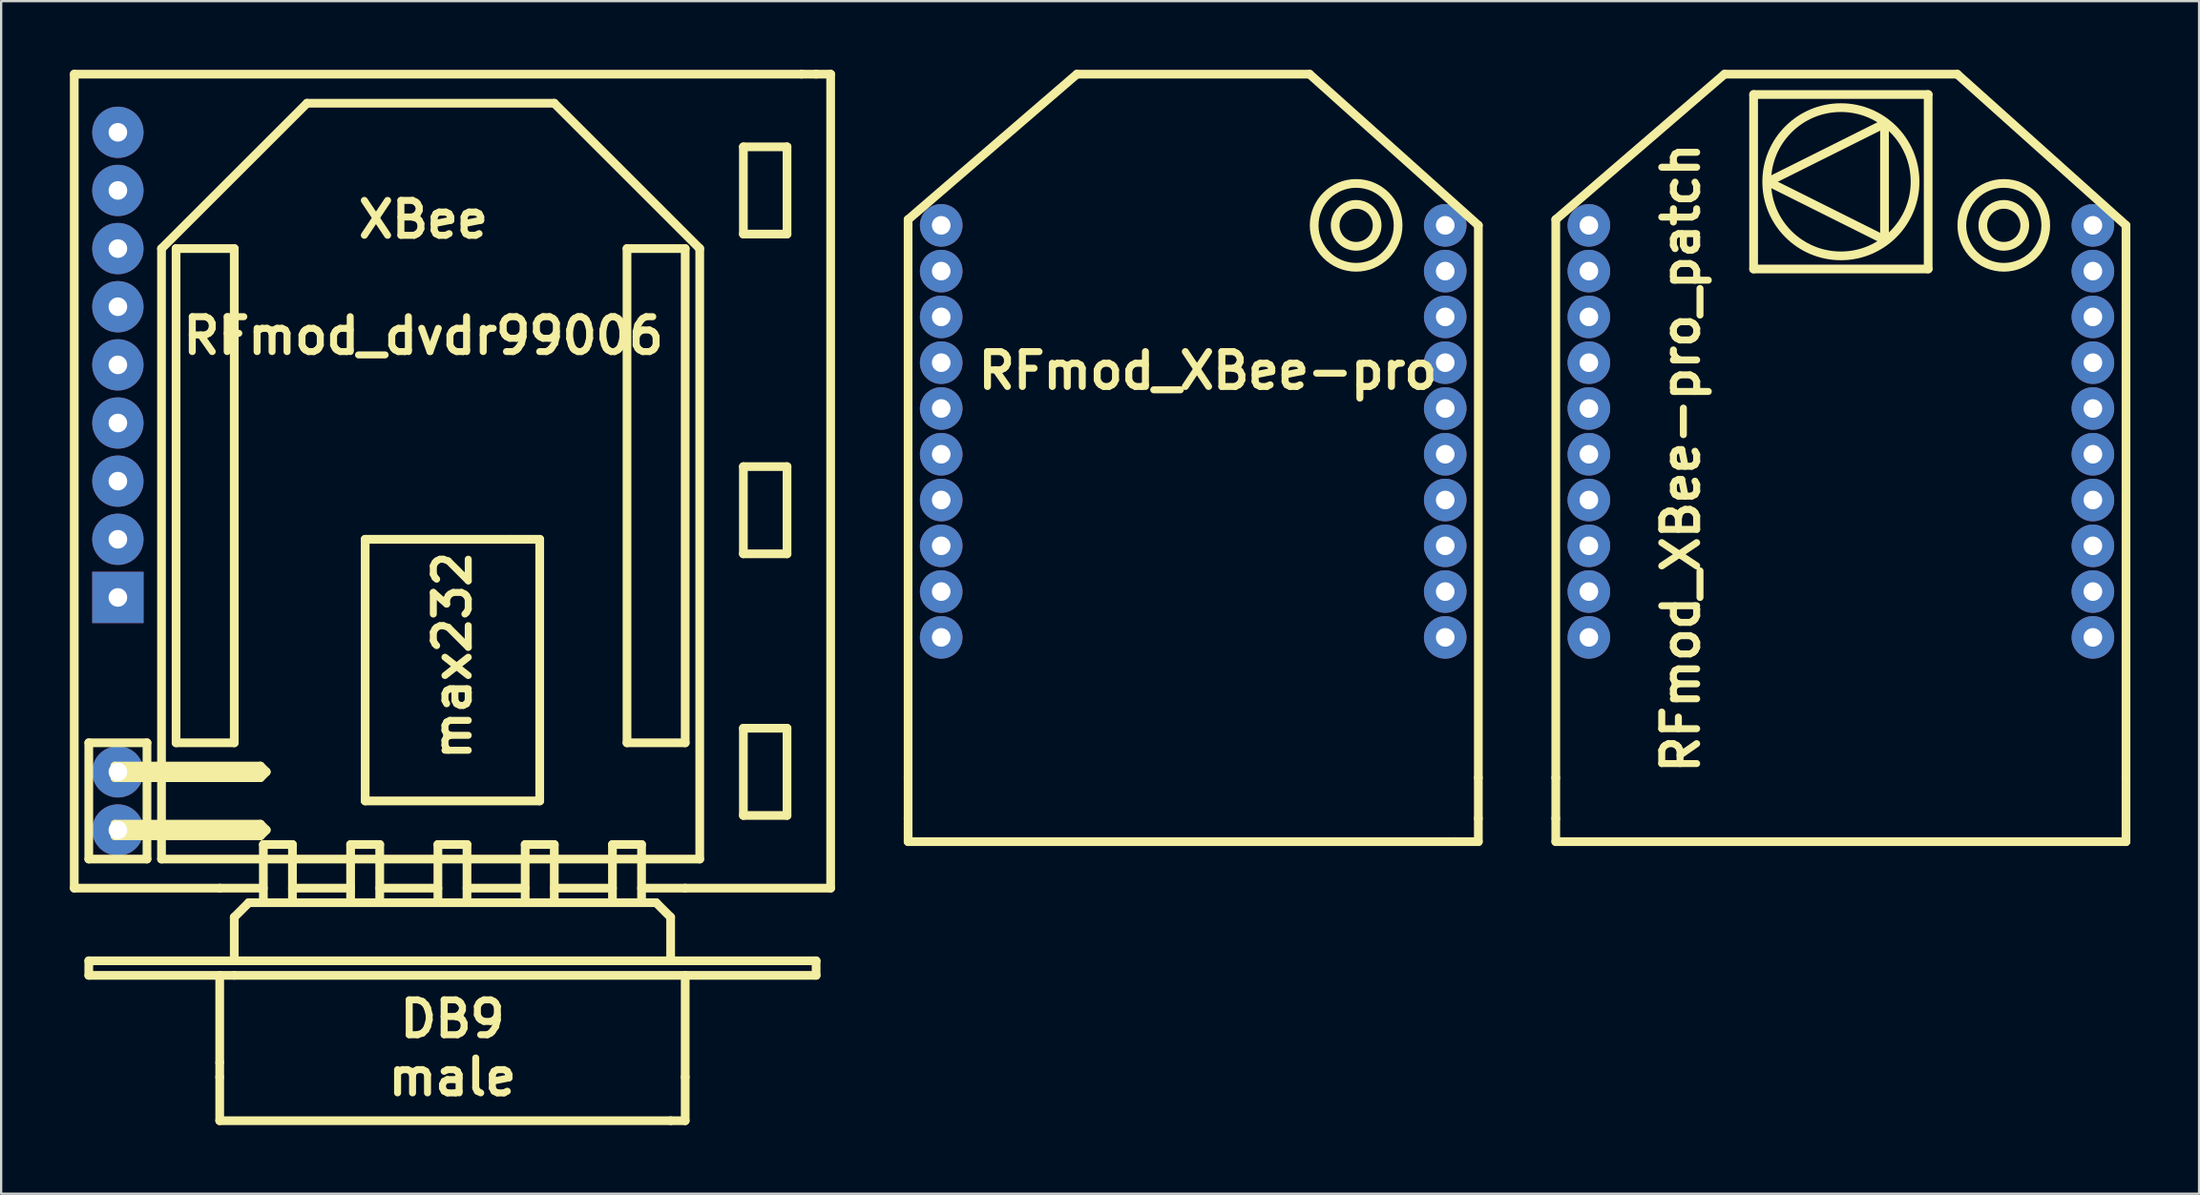
<source format=kicad_pcb>
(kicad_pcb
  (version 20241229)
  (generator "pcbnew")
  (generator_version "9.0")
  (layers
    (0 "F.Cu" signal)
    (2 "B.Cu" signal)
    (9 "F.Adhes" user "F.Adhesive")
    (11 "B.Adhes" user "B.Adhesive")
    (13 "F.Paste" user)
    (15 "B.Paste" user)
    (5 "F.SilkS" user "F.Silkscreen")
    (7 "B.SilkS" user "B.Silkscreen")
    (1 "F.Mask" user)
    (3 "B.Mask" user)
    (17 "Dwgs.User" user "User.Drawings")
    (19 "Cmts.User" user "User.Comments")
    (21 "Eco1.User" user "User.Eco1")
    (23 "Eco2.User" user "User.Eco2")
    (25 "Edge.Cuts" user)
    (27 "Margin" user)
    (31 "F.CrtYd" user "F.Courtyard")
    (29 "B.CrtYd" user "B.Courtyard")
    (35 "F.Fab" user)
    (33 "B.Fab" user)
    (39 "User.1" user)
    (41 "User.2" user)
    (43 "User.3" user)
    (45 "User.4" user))
  (footprint "RFmod_dvdr99006"
    (layer "F.Cu")
    (at 16.701 12.89)
    (property "Reference" "RFmod_dvdr99006" (at -1.27 -1.27 0) (layer "F.SilkS") (effects (font (size 1.524 1.524) (thickness 0.305))))
    (attr through_hole)
    (fp_line (start -16.51 -12.7) (end 15.24 -12.7) (stroke (width 0.381) (type solid)) (layer "F.SilkS"))
    (fp_line (start -16.51 22.86) (end -16.51 -12.7) (stroke (width 0.381) (type solid)) (layer "F.SilkS"))
    (fp_line (start -15.875 16.51) (end -13.335 16.51) (stroke (width 0.381) (type solid)) (layer "F.SilkS"))
    (fp_line (start -15.875 21.59) (end -15.875 16.51) (stroke (width 0.381) (type solid)) (layer "F.SilkS"))
    (fp_line (start -15.875 26.035) (end -15.875 26.67) (stroke (width 0.381) (type solid)) (layer "F.SilkS"))
    (fp_line (start -15.875 26.67) (end -9.525 26.67) (stroke (width 0.381) (type solid)) (layer "F.SilkS"))
    (fp_line (start -14.732 17.526) (end -8.382 17.526) (stroke (width 0.381) (type solid)) (layer "F.SilkS"))
    (fp_line (start -14.732 17.78) (end -14.732 17.526) (stroke (width 0.381) (type solid)) (layer "F.SilkS"))
    (fp_line (start -14.732 18.034) (end -14.732 17.78) (stroke (width 0.381) (type solid)) (layer "F.SilkS"))
    (fp_line (start -14.732 20.066) (end -8.382 20.066) (stroke (width 0.381) (type solid)) (layer "F.SilkS"))
    (fp_line (start -14.732 20.32) (end -14.732 20.066) (stroke (width 0.381) (type solid)) (layer "F.SilkS"))
    (fp_line (start -14.732 20.574) (end -14.732 20.32) (stroke (width 0.381) (type solid)) (layer "F.SilkS"))
    (fp_line (start -14.605 17.78) (end -8.255 17.78) (stroke (width 0.381) (type solid)) (layer "F.SilkS"))
    (fp_line (start -14.605 20.32) (end -8.255 20.32) (stroke (width 0.381) (type solid)) (layer "F.SilkS"))
    (fp_line (start -13.335 16.51) (end -13.335 21.59) (stroke (width 0.381) (type solid)) (layer "F.SilkS"))
    (fp_line (start -13.335 21.59) (end -15.875 21.59) (stroke (width 0.381) (type solid)) (layer "F.SilkS"))
    (fp_line (start -12.7 -5.08) (end -12.7 21.59) (stroke (width 0.381) (type solid)) (layer "F.SilkS"))
    (fp_line (start -12.7 -5.08) (end -6.35 -11.43) (stroke (width 0.381) (type solid)) (layer "F.SilkS"))
    (fp_line (start -12.065 -5.08) (end -12.065 16.51) (stroke (width 0.381) (type solid)) (layer "F.SilkS"))
    (fp_line (start -12.065 -5.08) (end -9.525 -5.08) (stroke (width 0.381) (type solid)) (layer "F.SilkS"))
    (fp_line (start -10.16 22.86) (end -16.51 22.86) (stroke (width 0.381) (type solid)) (layer "F.SilkS"))
    (fp_line (start -10.16 26.67) (end -10.16 30.48) (stroke (width 0.381) (type solid)) (layer "F.SilkS"))
    (fp_line (start -10.16 30.48) (end -10.16 31.115) (stroke (width 0.381) (type solid)) (layer "F.SilkS"))
    (fp_line (start -10.16 33.02) (end -10.16 31.115) (stroke (width 0.381) (type solid)) (layer "F.SilkS"))
    (fp_line (start -10.16 33.02) (end 9.525 33.02) (stroke (width 0.381) (type solid)) (layer "F.SilkS"))
    (fp_line (start -9.525 16.51) (end -12.065 16.51) (stroke (width 0.381) (type solid)) (layer "F.SilkS"))
    (fp_line (start -9.525 16.51) (end -9.525 -5.08) (stroke (width 0.381) (type solid)) (layer "F.SilkS"))
    (fp_line (start -9.525 24.13) (end -8.89 23.495) (stroke (width 0.381) (type solid)) (layer "F.SilkS"))
    (fp_line (start -9.525 26.035) (end -15.875 26.035) (stroke (width 0.381) (type solid)) (layer "F.SilkS"))
    (fp_line (start -9.525 26.035) (end -9.525 24.13) (stroke (width 0.381) (type solid)) (layer "F.SilkS"))
    (fp_line (start -8.89 23.495) (end 8.89 23.495) (stroke (width 0.381) (type solid)) (layer "F.SilkS"))
    (fp_line (start -8.382 17.526) (end -8.128 17.78) (stroke (width 0.381) (type solid)) (layer "F.SilkS"))
    (fp_line (start -8.382 18.034) (end -14.732 18.034) (stroke (width 0.381) (type solid)) (layer "F.SilkS"))
    (fp_line (start -8.382 20.066) (end -8.128 20.32) (stroke (width 0.381) (type solid)) (layer "F.SilkS"))
    (fp_line (start -8.382 20.574) (end -14.732 20.574) (stroke (width 0.381) (type solid)) (layer "F.SilkS"))
    (fp_line (start -8.255 20.955) (end -8.255 23.495) (stroke (width 0.381) (type solid)) (layer "F.SilkS"))
    (fp_line (start -8.255 22.86) (end -10.16 22.86) (stroke (width 0.381) (type solid)) (layer "F.SilkS"))
    (fp_line (start -8.128 17.78) (end -8.382 18.034) (stroke (width 0.381) (type solid)) (layer "F.SilkS"))
    (fp_line (start -8.128 20.32) (end -8.382 20.574) (stroke (width 0.381) (type solid)) (layer "F.SilkS"))
    (fp_line (start -6.985 20.955) (end -8.255 20.955) (stroke (width 0.381) (type solid)) (layer "F.SilkS"))
    (fp_line (start -6.985 23.495) (end -6.985 20.955) (stroke (width 0.381) (type solid)) (layer "F.SilkS"))
    (fp_line (start -6.35 -11.43) (end 4.445 -11.43) (stroke (width 0.381) (type solid)) (layer "F.SilkS"))
    (fp_line (start -4.445 20.955) (end -4.445 23.495) (stroke (width 0.381) (type solid)) (layer "F.SilkS"))
    (fp_line (start -4.445 22.86) (end -6.985 22.86) (stroke (width 0.381) (type solid)) (layer "F.SilkS"))
    (fp_line (start -3.81 7.62) (end 2.54 7.62) (stroke (width 0.381) (type solid)) (layer "F.SilkS"))
    (fp_line (start -3.81 19.05) (end -3.81 7.62) (stroke (width 0.381) (type solid)) (layer "F.SilkS"))
    (fp_line (start -3.175 20.955) (end -4.445 20.955) (stroke (width 0.381) (type solid)) (layer "F.SilkS"))
    (fp_line (start -3.175 23.495) (end -3.175 20.955) (stroke (width 0.381) (type solid)) (layer "F.SilkS"))
    (fp_line (start -0.635 20.955) (end 0.635 20.955) (stroke (width 0.381) (type solid)) (layer "F.SilkS"))
    (fp_line (start -0.635 22.86) (end -3.175 22.86) (stroke (width 0.381) (type solid)) (layer "F.SilkS"))
    (fp_line (start -0.635 23.495) (end -0.635 20.955) (stroke (width 0.381) (type solid)) (layer "F.SilkS"))
    (fp_line (start 0.635 20.955) (end 0.635 23.495) (stroke (width 0.381) (type solid)) (layer "F.SilkS"))
    (fp_line (start 2.54 7.62) (end 3.81 7.62) (stroke (width 0.381) (type solid)) (layer "F.SilkS"))
    (fp_line (start 3.175 20.955) (end 4.445 20.955) (stroke (width 0.381) (type solid)) (layer "F.SilkS"))
    (fp_line (start 3.175 22.86) (end 0.635 22.86) (stroke (width 0.381) (type solid)) (layer "F.SilkS"))
    (fp_line (start 3.175 23.495) (end 3.175 20.955) (stroke (width 0.381) (type solid)) (layer "F.SilkS"))
    (fp_line (start 3.81 7.62) (end 3.81 19.05) (stroke (width 0.381) (type solid)) (layer "F.SilkS"))
    (fp_line (start 3.81 19.05) (end -3.81 19.05) (stroke (width 0.381) (type solid)) (layer "F.SilkS"))
    (fp_line (start 4.445 20.955) (end 4.445 23.495) (stroke (width 0.381) (type solid)) (layer "F.SilkS"))
    (fp_line (start 6.985 20.955) (end 8.255 20.955) (stroke (width 0.381) (type solid)) (layer "F.SilkS"))
    (fp_line (start 6.985 22.86) (end 4.445 22.86) (stroke (width 0.381) (type solid)) (layer "F.SilkS"))
    (fp_line (start 6.985 23.495) (end 6.985 20.955) (stroke (width 0.381) (type solid)) (layer "F.SilkS"))
    (fp_line (start 7.62 -5.08) (end 7.62 16.51) (stroke (width 0.381) (type solid)) (layer "F.SilkS"))
    (fp_line (start 7.62 -5.08) (end 10.16 -5.08) (stroke (width 0.381) (type solid)) (layer "F.SilkS"))
    (fp_line (start 8.255 20.955) (end 8.255 23.495) (stroke (width 0.381) (type solid)) (layer "F.SilkS"))
    (fp_line (start 8.89 23.495) (end 9.525 24.13) (stroke (width 0.381) (type solid)) (layer "F.SilkS"))
    (fp_line (start 9.525 24.13) (end 9.525 26.035) (stroke (width 0.381) (type solid)) (layer "F.SilkS"))
    (fp_line (start 9.525 26.035) (end -9.525 26.035) (stroke (width 0.381) (type solid)) (layer "F.SilkS"))
    (fp_line (start 9.525 26.035) (end 15.875 26.035) (stroke (width 0.381) (type solid)) (layer "F.SilkS"))
    (fp_line (start 9.525 33.02) (end 10.16 33.02) (stroke (width 0.381) (type solid)) (layer "F.SilkS"))
    (fp_line (start 10.16 -5.08) (end 10.16 16.51) (stroke (width 0.381) (type solid)) (layer "F.SilkS"))
    (fp_line (start 10.16 16.51) (end 7.62 16.51) (stroke (width 0.381) (type solid)) (layer "F.SilkS"))
    (fp_line (start 10.16 22.86) (end 8.255 22.86) (stroke (width 0.381) (type solid)) (layer "F.SilkS"))
    (fp_line (start 10.16 22.86) (end 16.51 22.86) (stroke (width 0.381) (type solid)) (layer "F.SilkS"))
    (fp_line (start 10.16 31.115) (end 10.16 26.67) (stroke (width 0.381) (type solid)) (layer "F.SilkS"))
    (fp_line (start 10.16 33.02) (end 10.16 31.115) (stroke (width 0.381) (type solid)) (layer "F.SilkS"))
    (fp_line (start 10.795 -5.08) (end 4.445 -11.43) (stroke (width 0.381) (type solid)) (layer "F.SilkS"))
    (fp_line (start 10.795 -5.08) (end 10.795 21.59) (stroke (width 0.381) (type solid)) (layer "F.SilkS"))
    (fp_line (start 10.795 21.59) (end -12.7 21.59) (stroke (width 0.381) (type solid)) (layer "F.SilkS"))
    (fp_line (start 12.7 -9.525) (end 14.605 -9.525) (stroke (width 0.381) (type solid)) (layer "F.SilkS"))
    (fp_line (start 12.7 -5.715) (end 12.7 -9.525) (stroke (width 0.381) (type solid)) (layer "F.SilkS"))
    (fp_line (start 12.7 4.445) (end 14.605 4.445) (stroke (width 0.381) (type solid)) (layer "F.SilkS"))
    (fp_line (start 12.7 8.255) (end 12.7 4.445) (stroke (width 0.381) (type solid)) (layer "F.SilkS"))
    (fp_line (start 12.7 15.875) (end 14.605 15.875) (stroke (width 0.381) (type solid)) (layer "F.SilkS"))
    (fp_line (start 12.7 19.685) (end 12.7 15.875) (stroke (width 0.381) (type solid)) (layer "F.SilkS"))
    (fp_line (start 14.605 -9.525) (end 14.605 -5.715) (stroke (width 0.381) (type solid)) (layer "F.SilkS"))
    (fp_line (start 14.605 -5.715) (end 12.7 -5.715) (stroke (width 0.381) (type solid)) (layer "F.SilkS"))
    (fp_line (start 14.605 4.445) (end 14.605 8.255) (stroke (width 0.381) (type solid)) (layer "F.SilkS"))
    (fp_line (start 14.605 8.255) (end 12.7 8.255) (stroke (width 0.381) (type solid)) (layer "F.SilkS"))
    (fp_line (start 14.605 15.875) (end 14.605 19.685) (stroke (width 0.381) (type solid)) (layer "F.SilkS"))
    (fp_line (start 14.605 19.685) (end 12.7 19.685) (stroke (width 0.381) (type solid)) (layer "F.SilkS"))
    (fp_line (start 15.24 -12.7) (end 15.875 -12.7) (stroke (width 0.381) (type solid)) (layer "F.SilkS"))
    (fp_line (start 15.875 26.035) (end 15.875 26.67) (stroke (width 0.381) (type solid)) (layer "F.SilkS"))
    (fp_line (start 15.875 26.67) (end -9.525 26.67) (stroke (width 0.381) (type solid)) (layer "F.SilkS"))
    (fp_line (start 16.51 -12.7) (end 15.875 -12.7) (stroke (width 0.381) (type solid)) (layer "F.SilkS"))
    (fp_line (start 16.51 22.86) (end 16.51 -12.7) (stroke (width 0.381) (type solid)) (layer "F.SilkS"))
    (fp_text user "XBee" (at -1.27 -6.35 0) (layer "F.SilkS") (effects (font (size 1.524 1.524) (thickness 0.305))))
    (fp_text user "male" (at 0 31.115 0) (layer "F.SilkS") (effects (font (size 1.524 1.524) (thickness 0.305))))
    (fp_text user "DB9" (at 0 28.575 0) (layer "F.SilkS") (effects (font (size 1.524 1.524) (thickness 0.305))))
    (fp_text user "max232" (at 0 12.7 90) (layer "F.SilkS") (effects (font (size 1.524 1.524) (thickness 0.305))))
    (pad "1" thru_hole rect (at -14.605 10.16) (size 2.24 2.24) (drill 0.813) (layers "*.Cu"))
    (pad "2" thru_hole circle (at -14.605 7.62) (size 2.24 2.24) (drill 0.813) (layers "*.Cu"))
    (pad "3" thru_hole circle (at -14.605 5.08) (size 2.24 2.24) (drill 0.813) (layers "*.Cu"))
    (pad "4" thru_hole circle (at -14.605 2.54) (size 2.24 2.24) (drill 0.813) (layers "*.Cu"))
    (pad "5" thru_hole circle (at -14.605 0) (size 2.24 2.24) (drill 0.813) (layers "*.Cu"))
    (pad "6" thru_hole circle (at -14.605 -2.54) (size 2.24 2.24) (drill 0.813) (layers "*.Cu"))
    (pad "7" thru_hole circle (at -14.605 -5.08) (size 2.24 2.24) (drill 0.813) (layers "*.Cu"))
    (pad "8" thru_hole circle (at -14.605 -7.62) (size 2.24 2.24) (drill 0.813) (layers "*.Cu"))
    (pad "9" thru_hole circle (at -14.605 -10.16) (size 2.24 2.24) (drill 0.813) (layers "*.Cu"))
    (pad "10" thru_hole circle (at -14.605 17.78) (size 2.24 2.24) (drill 0.813) (layers "*.Cu"))
    (pad "11" thru_hole circle (at -14.605 20.32) (size 2.24 2.24) (drill 0.813) (layers "*.Cu")))
  (footprint "RFmod_XBee-pro_patch"
    (layer "F.Cu")
    (at 77.311 6.795)
    (property "Reference" "RFmod_XBee-pro_patch" (at -6.985 10.16 90) (layer "F.SilkS") (effects (font (size 1.524 1.524) (thickness 0.305))))
    (attr through_hole)
    (fp_line (start -12.446 -0.254) (end -5.08 -6.604) (stroke (width 0.381) (type solid)) (layer "F.SilkS"))
    (fp_line (start -12.446 24.13) (end -12.446 -0.254) (stroke (width 0.381) (type solid)) (layer "F.SilkS"))
    (fp_line (start -12.446 24.13) (end -12.446 25.908) (stroke (width 0.381) (type solid)) (layer "F.SilkS"))
    (fp_line (start -12.446 25.908) (end -12.446 26.924) (stroke (width 0.381) (type solid)) (layer "F.SilkS"))
    (fp_line (start -10.16 26.924) (end -12.446 26.924) (stroke (width 0.381) (type solid)) (layer "F.SilkS"))
    (fp_line (start -10.16 26.924) (end 11.43 26.924) (stroke (width 0.381) (type solid)) (layer "F.SilkS"))
    (fp_line (start -5.08 -6.604) (end 5.08 -6.604) (stroke (width 0.381) (type solid)) (layer "F.SilkS"))
    (fp_line (start -3.81 -5.715) (end 3.81 -5.715) (stroke (width 0.381) (type solid)) (layer "F.SilkS"))
    (fp_line (start -3.81 1.905) (end -3.81 -5.715) (stroke (width 0.381) (type solid)) (layer "F.SilkS"))
    (fp_line (start -3.175 -1.905) (end 1.905 -4.445) (stroke (width 0.381) (type solid)) (layer "F.SilkS"))
    (fp_line (start 1.905 -4.445) (end 1.905 0.635) (stroke (width 0.381) (type solid)) (layer "F.SilkS"))
    (fp_line (start 1.905 0.635) (end -3.175 -1.905) (stroke (width 0.381) (type solid)) (layer "F.SilkS"))
    (fp_line (start 3.81 -5.715) (end 3.81 1.905) (stroke (width 0.381) (type solid)) (layer "F.SilkS"))
    (fp_line (start 3.81 1.905) (end -3.81 1.905) (stroke (width 0.381) (type solid)) (layer "F.SilkS"))
    (fp_line (start 5.08 -6.604) (end 12.446 0) (stroke (width 0.381) (type solid)) (layer "F.SilkS"))
    (fp_line (start 11.43 26.924) (end 12.446 26.924) (stroke (width 0.381) (type solid)) (layer "F.SilkS"))
    (fp_line (start 12.446 0) (end 12.446 24.13) (stroke (width 0.381) (type solid)) (layer "F.SilkS"))
    (fp_line (start 12.446 24.13) (end 12.446 25.908) (stroke (width 0.381) (type solid)) (layer "F.SilkS"))
    (fp_line (start 12.446 25.908) (end 12.446 26.924) (stroke (width 0.381) (type solid)) (layer "F.SilkS"))
    (fp_circle (center 0 -1.905) (end 3.175 -2.54) (stroke (width 0.381) (type solid)) (fill no) (layer "F.SilkS"))
    (fp_circle (center 7.112 0) (end 7.874 0.508) (stroke (width 0.381) (type solid)) (fill no) (layer "F.SilkS"))
    (fp_circle (center 7.112 0) (end 8.636 1.016) (stroke (width 0.381) (type solid)) (fill no) (layer "F.SilkS"))
    (pad "1" thru_hole circle (at -11.001 0) (size 1.859 1.859) (drill 0.813) (layers "*.Cu"))
    (pad "2" thru_hole circle (at -11.001 1.999) (size 1.859 1.859) (drill 0.813) (layers "*.Cu"))
    (pad "3" thru_hole circle (at -11.001 4) (size 1.859 1.859) (drill 0.813) (layers "*.Cu"))
    (pad "4" thru_hole circle (at -11.001 5.999) (size 1.859 1.859) (drill 0.813) (layers "*.Cu"))
    (pad "5" thru_hole circle (at -11.001 8.001) (size 1.859 1.859) (drill 0.813) (layers "*.Cu"))
    (pad "6" thru_hole circle (at -11.001 10) (size 1.859 1.859) (drill 0.813) (layers "*.Cu"))
    (pad "7" thru_hole circle (at -11.001 11.999) (size 1.859 1.859) (drill 0.813) (layers "*.Cu"))
    (pad "8" thru_hole circle (at -11.001 14) (size 1.859 1.859) (drill 0.813) (layers "*.Cu"))
    (pad "9" thru_hole circle (at -11.001 15.999) (size 1.859 1.859) (drill 0.813) (layers "*.Cu"))
    (pad "10" thru_hole circle (at -11.001 18.001) (size 1.859 1.859) (drill 0.813) (layers "*.Cu"))
    (pad "11" thru_hole circle (at 11.001 18.001) (size 1.859 1.859) (drill 0.813) (layers "*.Cu"))
    (pad "12" thru_hole circle (at 11.001 15.999) (size 1.859 1.859) (drill 0.813) (layers "*.Cu"))
    (pad "13" thru_hole circle (at 11.001 14) (size 1.859 1.859) (drill 0.813) (layers "*.Cu"))
    (pad "14" thru_hole circle (at 11.001 11.999) (size 1.859 1.859) (drill 0.813) (layers "*.Cu"))
    (pad "15" thru_hole circle (at 11.001 10) (size 1.859 1.859) (drill 0.813) (layers "*.Cu"))
    (pad "16" thru_hole circle (at 11.001 8.001) (size 1.859 1.859) (drill 0.813) (layers "*.Cu"))
    (pad "17" thru_hole circle (at 11.001 5.999) (size 1.859 1.859) (drill 0.813) (layers "*.Cu"))
    (pad "18" thru_hole circle (at 11.001 4) (size 1.859 1.859) (drill 0.813) (layers "*.Cu"))
    (pad "19" thru_hole circle (at 11.001 1.999) (size 1.859 1.859) (drill 0.813) (layers "*.Cu"))
    (pad "20" thru_hole circle (at 11.001 0) (size 1.859 1.859) (drill 0.813) (layers "*.Cu")))
  (footprint "RFmod_XBee-pro"
    (layer "F.Cu")
    (at 49.038 6.795)
    (property "Reference" "RFmod_XBee-pro" (at 0.635 6.35 0) (layer "F.SilkS") (effects (font (size 1.524 1.524) (thickness 0.305))))
    (attr through_hole)
    (fp_line (start -12.446 -0.254) (end -5.08 -6.604) (stroke (width 0.381) (type solid)) (layer "F.SilkS"))
    (fp_line (start -12.446 24.13) (end -12.446 -0.254) (stroke (width 0.381) (type solid)) (layer "F.SilkS"))
    (fp_line (start -12.446 24.13) (end -12.446 25.908) (stroke (width 0.381) (type solid)) (layer "F.SilkS"))
    (fp_line (start -12.446 25.908) (end -12.446 26.924) (stroke (width 0.381) (type solid)) (layer "F.SilkS"))
    (fp_line (start -10.16 26.924) (end -12.446 26.924) (stroke (width 0.381) (type solid)) (layer "F.SilkS"))
    (fp_line (start -10.16 26.924) (end 11.43 26.924) (stroke (width 0.381) (type solid)) (layer "F.SilkS"))
    (fp_line (start -5.08 -6.604) (end 5.08 -6.604) (stroke (width 0.381) (type solid)) (layer "F.SilkS"))
    (fp_line (start 5.08 -6.604) (end 12.446 0) (stroke (width 0.381) (type solid)) (layer "F.SilkS"))
    (fp_line (start 11.43 26.924) (end 12.446 26.924) (stroke (width 0.381) (type solid)) (layer "F.SilkS"))
    (fp_line (start 12.446 0) (end 12.446 24.13) (stroke (width 0.381) (type solid)) (layer "F.SilkS"))
    (fp_line (start 12.446 24.13) (end 12.446 25.908) (stroke (width 0.381) (type solid)) (layer "F.SilkS"))
    (fp_line (start 12.446 25.908) (end 12.446 26.924) (stroke (width 0.381) (type solid)) (layer "F.SilkS"))
    (fp_circle (center 7.112 0) (end 7.874 0.508) (stroke (width 0.381) (type solid)) (fill no) (layer "F.SilkS"))
    (fp_circle (center 7.112 0) (end 8.636 1.016) (stroke (width 0.381) (type solid)) (fill no) (layer "F.SilkS"))
    (pad "1" thru_hole circle (at -11.001 0) (size 1.859 1.859) (drill 0.813) (layers "*.Cu"))
    (pad "2" thru_hole circle (at -11.001 1.999) (size 1.859 1.859) (drill 0.813) (layers "*.Cu"))
    (pad "3" thru_hole circle (at -11.001 4) (size 1.859 1.859) (drill 0.813) (layers "*.Cu"))
    (pad "4" thru_hole circle (at -11.001 5.999) (size 1.859 1.859) (drill 0.813) (layers "*.Cu"))
    (pad "5" thru_hole circle (at -11.001 8.001) (size 1.859 1.859) (drill 0.813) (layers "*.Cu"))
    (pad "6" thru_hole circle (at -11.001 10) (size 1.859 1.859) (drill 0.813) (layers "*.Cu"))
    (pad "7" thru_hole circle (at -11.001 11.999) (size 1.859 1.859) (drill 0.813) (layers "*.Cu"))
    (pad "8" thru_hole circle (at -11.001 14) (size 1.859 1.859) (drill 0.813) (layers "*.Cu"))
    (pad "9" thru_hole circle (at -11.001 15.999) (size 1.859 1.859) (drill 0.813) (layers "*.Cu"))
    (pad "10" thru_hole circle (at -11.001 18.001) (size 1.859 1.859) (drill 0.813) (layers "*.Cu"))
    (pad "11" thru_hole circle (at 11.001 18.001) (size 1.859 1.859) (drill 0.813) (layers "*.Cu"))
    (pad "12" thru_hole circle (at 11.001 15.999) (size 1.859 1.859) (drill 0.813) (layers "*.Cu"))
    (pad "13" thru_hole circle (at 11.001 14) (size 1.859 1.859) (drill 0.813) (layers "*.Cu"))
    (pad "14" thru_hole circle (at 11.001 11.999) (size 1.859 1.859) (drill 0.813) (layers "*.Cu"))
    (pad "15" thru_hole circle (at 11.001 10) (size 1.859 1.859) (drill 0.813) (layers "*.Cu"))
    (pad "16" thru_hole circle (at 11.001 8.001) (size 1.859 1.859) (drill 0.813) (layers "*.Cu"))
    (pad "17" thru_hole circle (at 11.001 5.999) (size 1.859 1.859) (drill 0.813) (layers "*.Cu"))
    (pad "18" thru_hole circle (at 11.001 4) (size 1.859 1.859) (drill 0.813) (layers "*.Cu"))
    (pad "19" thru_hole circle (at 11.001 1.999) (size 1.859 1.859) (drill 0.813) (layers "*.Cu"))
    (pad "20" thru_hole circle (at 11.001 0) (size 1.859 1.859) (drill 0.813) (layers "*.Cu")))
  (gr_rect
    (start -3 -3)
    (end 92.947 49.101)
    (stroke (width 0.1) (type default))
    (fill no)
    (layer "Edge.Cuts")))
</source>
